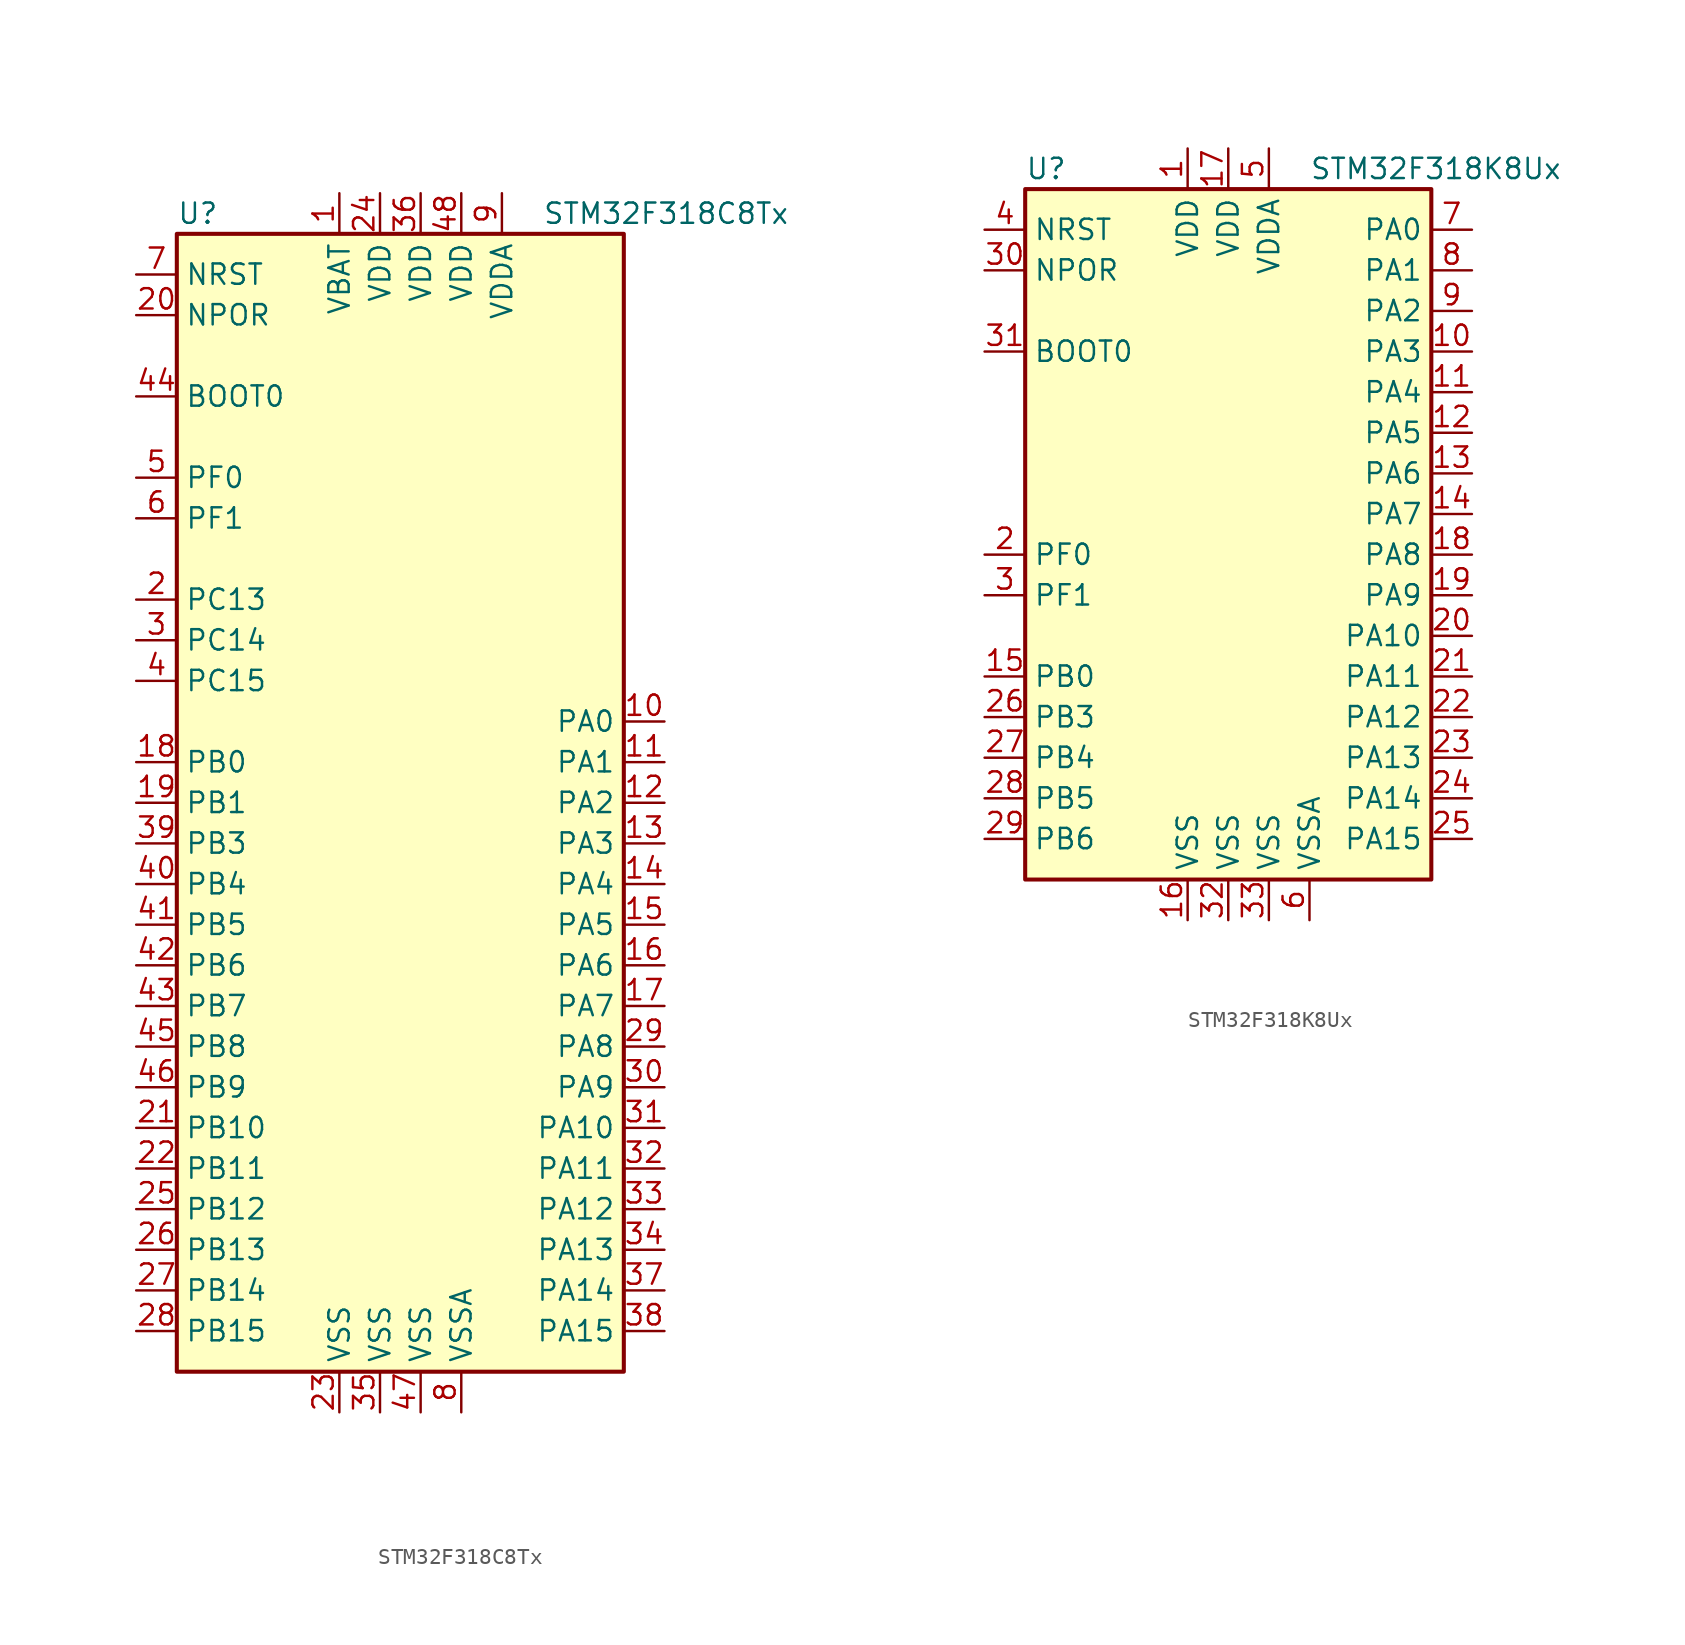
<source format=kicad_sym>
(kicad_symbol_lib
  (version 20201005)
  (generator kicad_symbol_editor)
  (symbol "STM32F318C8Tx"
    (property "Reference" "U"
      (at -15.24 36.83 0)
      (effects (font (size 1.27 1.27)) (justify left)))
    (property "Value" "STM32F318C8Tx"
      (at 7.62 36.83 0)
      (effects (font (size 1.27 1.27)) (justify left)))
    (symbol "STM32F318C8Tx_0_1"
      (rectangle (start -15.24 -35.56) (end 12.7 35.56) (stroke (width 0.254)) (fill (type background))))
    (symbol "STM32F318C8Tx_1_1"
      (pin power_in line (at -5.08 38.1 270) (length 2.54) (name "VBAT" (effects (font (size 1.27 1.27)))) (number "1" (effects (font (size 1.27 1.27)))))
      (pin bidirectional line (at 15.24 5.08 180) (length 2.54) (name "PA0" (effects (font (size 1.27 1.27)))) (number "10" (effects (font (size 1.27 1.27)))))
      (pin bidirectional line (at 15.24 2.54 180) (length 2.54) (name "PA1" (effects (font (size 1.27 1.27)))) (number "11" (effects (font (size 1.27 1.27)))))
      (pin bidirectional line (at 15.24 0 180) (length 2.54) (name "PA2" (effects (font (size 1.27 1.27)))) (number "12" (effects (font (size 1.27 1.27)))))
      (pin bidirectional line (at 15.24 -2.54 180) (length 2.54) (name "PA3" (effects (font (size 1.27 1.27)))) (number "13" (effects (font (size 1.27 1.27)))))
      (pin bidirectional line (at 15.24 -5.08 180) (length 2.54) (name "PA4" (effects (font (size 1.27 1.27)))) (number "14" (effects (font (size 1.27 1.27)))))
      (pin bidirectional line (at 15.24 -7.62 180) (length 2.54) (name "PA5" (effects (font (size 1.27 1.27)))) (number "15" (effects (font (size 1.27 1.27)))))
      (pin bidirectional line (at 15.24 -10.16 180) (length 2.54) (name "PA6" (effects (font (size 1.27 1.27)))) (number "16" (effects (font (size 1.27 1.27)))))
      (pin bidirectional line (at 15.24 -12.7 180) (length 2.54) (name "PA7" (effects (font (size 1.27 1.27)))) (number "17" (effects (font (size 1.27 1.27)))))
      (pin bidirectional line (at -17.78 2.54 0) (length 2.54) (name "PB0" (effects (font (size 1.27 1.27)))) (number "18" (effects (font (size 1.27 1.27)))))
      (pin bidirectional line (at -17.78 0 0) (length 2.54) (name "PB1" (effects (font (size 1.27 1.27)))) (number "19" (effects (font (size 1.27 1.27)))))
      (pin bidirectional line (at -17.78 12.7 0) (length 2.54) (name "PC13" (effects (font (size 1.27 1.27)))) (number "2" (effects (font (size 1.27 1.27)))))
      (pin input line (at -17.78 30.48 0) (length 2.54) (name "NPOR" (effects (font (size 1.27 1.27)))) (number "20" (effects (font (size 1.27 1.27)))))
      (pin bidirectional line (at -17.78 -20.32 0) (length 2.54) (name "PB10" (effects (font (size 1.27 1.27)))) (number "21" (effects (font (size 1.27 1.27)))))
      (pin bidirectional line (at -17.78 -22.86 0) (length 2.54) (name "PB11" (effects (font (size 1.27 1.27)))) (number "22" (effects (font (size 1.27 1.27)))))
      (pin power_in line (at -5.08 -38.1 90) (length 2.54) (name "VSS" (effects (font (size 1.27 1.27)))) (number "23" (effects (font (size 1.27 1.27)))))
      (pin power_in line (at -2.54 38.1 270) (length 2.54) (name "VDD" (effects (font (size 1.27 1.27)))) (number "24" (effects (font (size 1.27 1.27)))))
      (pin bidirectional line (at -17.78 -25.4 0) (length 2.54) (name "PB12" (effects (font (size 1.27 1.27)))) (number "25" (effects (font (size 1.27 1.27)))))
      (pin bidirectional line (at -17.78 -27.94 0) (length 2.54) (name "PB13" (effects (font (size 1.27 1.27)))) (number "26" (effects (font (size 1.27 1.27)))))
      (pin bidirectional line (at -17.78 -30.48 0) (length 2.54) (name "PB14" (effects (font (size 1.27 1.27)))) (number "27" (effects (font (size 1.27 1.27)))))
      (pin bidirectional line (at -17.78 -33.02 0) (length 2.54) (name "PB15" (effects (font (size 1.27 1.27)))) (number "28" (effects (font (size 1.27 1.27)))))
      (pin bidirectional line (at 15.24 -15.24 180) (length 2.54) (name "PA8" (effects (font (size 1.27 1.27)))) (number "29" (effects (font (size 1.27 1.27)))))
      (pin bidirectional line (at -17.78 10.16 0) (length 2.54) (name "PC14" (effects (font (size 1.27 1.27)))) (number "3" (effects (font (size 1.27 1.27)))))
      (pin bidirectional line (at 15.24 -17.78 180) (length 2.54) (name "PA9" (effects (font (size 1.27 1.27)))) (number "30" (effects (font (size 1.27 1.27)))))
      (pin bidirectional line (at 15.24 -20.32 180) (length 2.54) (name "PA10" (effects (font (size 1.27 1.27)))) (number "31" (effects (font (size 1.27 1.27)))))
      (pin bidirectional line (at 15.24 -22.86 180) (length 2.54) (name "PA11" (effects (font (size 1.27 1.27)))) (number "32" (effects (font (size 1.27 1.27)))))
      (pin bidirectional line (at 15.24 -25.4 180) (length 2.54) (name "PA12" (effects (font (size 1.27 1.27)))) (number "33" (effects (font (size 1.27 1.27)))))
      (pin bidirectional line (at 15.24 -27.94 180) (length 2.54) (name "PA13" (effects (font (size 1.27 1.27)))) (number "34" (effects (font (size 1.27 1.27)))))
      (pin power_in line (at -2.54 -38.1 90) (length 2.54) (name "VSS" (effects (font (size 1.27 1.27)))) (number "35" (effects (font (size 1.27 1.27)))))
      (pin power_in line (at 0 38.1 270) (length 2.54) (name "VDD" (effects (font (size 1.27 1.27)))) (number "36" (effects (font (size 1.27 1.27)))))
      (pin bidirectional line (at 15.24 -30.48 180) (length 2.54) (name "PA14" (effects (font (size 1.27 1.27)))) (number "37" (effects (font (size 1.27 1.27)))))
      (pin bidirectional line (at 15.24 -33.02 180) (length 2.54) (name "PA15" (effects (font (size 1.27 1.27)))) (number "38" (effects (font (size 1.27 1.27)))))
      (pin bidirectional line (at -17.78 -2.54 0) (length 2.54) (name "PB3" (effects (font (size 1.27 1.27)))) (number "39" (effects (font (size 1.27 1.27)))))
      (pin bidirectional line (at -17.78 7.62 0) (length 2.54) (name "PC15" (effects (font (size 1.27 1.27)))) (number "4" (effects (font (size 1.27 1.27)))))
      (pin bidirectional line (at -17.78 -5.08 0) (length 2.54) (name "PB4" (effects (font (size 1.27 1.27)))) (number "40" (effects (font (size 1.27 1.27)))))
      (pin bidirectional line (at -17.78 -7.62 0) (length 2.54) (name "PB5" (effects (font (size 1.27 1.27)))) (number "41" (effects (font (size 1.27 1.27)))))
      (pin bidirectional line (at -17.78 -10.16 0) (length 2.54) (name "PB6" (effects (font (size 1.27 1.27)))) (number "42" (effects (font (size 1.27 1.27)))))
      (pin bidirectional line (at -17.78 -12.7 0) (length 2.54) (name "PB7" (effects (font (size 1.27 1.27)))) (number "43" (effects (font (size 1.27 1.27)))))
      (pin input line (at -17.78 25.4 0) (length 2.54) (name "BOOT0" (effects (font (size 1.27 1.27)))) (number "44" (effects (font (size 1.27 1.27)))))
      (pin bidirectional line (at -17.78 -15.24 0) (length 2.54) (name "PB8" (effects (font (size 1.27 1.27)))) (number "45" (effects (font (size 1.27 1.27)))))
      (pin bidirectional line (at -17.78 -17.78 0) (length 2.54) (name "PB9" (effects (font (size 1.27 1.27)))) (number "46" (effects (font (size 1.27 1.27)))))
      (pin power_in line (at 0 -38.1 90) (length 2.54) (name "VSS" (effects (font (size 1.27 1.27)))) (number "47" (effects (font (size 1.27 1.27)))))
      (pin power_in line (at 2.54 38.1 270) (length 2.54) (name "VDD" (effects (font (size 1.27 1.27)))) (number "48" (effects (font (size 1.27 1.27)))))
      (pin input line (at -17.78 20.32 0) (length 2.54) (name "PF0" (effects (font (size 1.27 1.27)))) (number "5" (effects (font (size 1.27 1.27)))))
      (pin input line (at -17.78 17.78 0) (length 2.54) (name "PF1" (effects (font (size 1.27 1.27)))) (number "6" (effects (font (size 1.27 1.27)))))
      (pin input line (at -17.78 33.02 0) (length 2.54) (name "NRST" (effects (font (size 1.27 1.27)))) (number "7" (effects (font (size 1.27 1.27)))))
      (pin power_in line (at 2.54 -38.1 90) (length 2.54) (name "VSSA" (effects (font (size 1.27 1.27)))) (number "8" (effects (font (size 1.27 1.27)))))
      (pin power_in line (at 5.08 38.1 270) (length 2.54) (name "VDDA" (effects (font (size 1.27 1.27)))) (number "9" (effects (font (size 1.27 1.27)))))))
  (symbol "STM32F318K8Ux"
    (property "Reference" "U"
      (at -12.7 21.59 0)
      (effects (font (size 1.27 1.27)) (justify left)))
    (property "Value" "STM32F318K8Ux"
      (at 5.08 21.59 0)
      (effects (font (size 1.27 1.27)) (justify left)))
    (symbol "STM32F318K8Ux_0_1"
      (rectangle (start -12.7 -22.86) (end 12.7 20.32) (stroke (width 0.254)) (fill (type background))))
    (symbol "STM32F318K8Ux_1_1"
      (pin power_in line (at -2.54 22.86 270) (length 2.54) (name "VDD" (effects (font (size 1.27 1.27)))) (number "1" (effects (font (size 1.27 1.27)))))
      (pin bidirectional line (at 15.24 10.16 180) (length 2.54) (name "PA3" (effects (font (size 1.27 1.27)))) (number "10" (effects (font (size 1.27 1.27)))))
      (pin bidirectional line (at 15.24 7.62 180) (length 2.54) (name "PA4" (effects (font (size 1.27 1.27)))) (number "11" (effects (font (size 1.27 1.27)))))
      (pin bidirectional line (at 15.24 5.08 180) (length 2.54) (name "PA5" (effects (font (size 1.27 1.27)))) (number "12" (effects (font (size 1.27 1.27)))))
      (pin bidirectional line (at 15.24 2.54 180) (length 2.54) (name "PA6" (effects (font (size 1.27 1.27)))) (number "13" (effects (font (size 1.27 1.27)))))
      (pin bidirectional line (at 15.24 0 180) (length 2.54) (name "PA7" (effects (font (size 1.27 1.27)))) (number "14" (effects (font (size 1.27 1.27)))))
      (pin bidirectional line (at -15.24 -10.16 0) (length 2.54) (name "PB0" (effects (font (size 1.27 1.27)))) (number "15" (effects (font (size 1.27 1.27)))))
      (pin power_in line (at -2.54 -25.4 90) (length 2.54) (name "VSS" (effects (font (size 1.27 1.27)))) (number "16" (effects (font (size 1.27 1.27)))))
      (pin power_in line (at 0 22.86 270) (length 2.54) (name "VDD" (effects (font (size 1.27 1.27)))) (number "17" (effects (font (size 1.27 1.27)))))
      (pin bidirectional line (at 15.24 -2.54 180) (length 2.54) (name "PA8" (effects (font (size 1.27 1.27)))) (number "18" (effects (font (size 1.27 1.27)))))
      (pin bidirectional line (at 15.24 -5.08 180) (length 2.54) (name "PA9" (effects (font (size 1.27 1.27)))) (number "19" (effects (font (size 1.27 1.27)))))
      (pin input line (at -15.24 -2.54 0) (length 2.54) (name "PF0" (effects (font (size 1.27 1.27)))) (number "2" (effects (font (size 1.27 1.27)))))
      (pin bidirectional line (at 15.24 -7.62 180) (length 2.54) (name "PA10" (effects (font (size 1.27 1.27)))) (number "20" (effects (font (size 1.27 1.27)))))
      (pin bidirectional line (at 15.24 -10.16 180) (length 2.54) (name "PA11" (effects (font (size 1.27 1.27)))) (number "21" (effects (font (size 1.27 1.27)))))
      (pin bidirectional line (at 15.24 -12.7 180) (length 2.54) (name "PA12" (effects (font (size 1.27 1.27)))) (number "22" (effects (font (size 1.27 1.27)))))
      (pin bidirectional line (at 15.24 -15.24 180) (length 2.54) (name "PA13" (effects (font (size 1.27 1.27)))) (number "23" (effects (font (size 1.27 1.27)))))
      (pin bidirectional line (at 15.24 -17.78 180) (length 2.54) (name "PA14" (effects (font (size 1.27 1.27)))) (number "24" (effects (font (size 1.27 1.27)))))
      (pin bidirectional line (at 15.24 -20.32 180) (length 2.54) (name "PA15" (effects (font (size 1.27 1.27)))) (number "25" (effects (font (size 1.27 1.27)))))
      (pin bidirectional line (at -15.24 -12.7 0) (length 2.54) (name "PB3" (effects (font (size 1.27 1.27)))) (number "26" (effects (font (size 1.27 1.27)))))
      (pin bidirectional line (at -15.24 -15.24 0) (length 2.54) (name "PB4" (effects (font (size 1.27 1.27)))) (number "27" (effects (font (size 1.27 1.27)))))
      (pin bidirectional line (at -15.24 -17.78 0) (length 2.54) (name "PB5" (effects (font (size 1.27 1.27)))) (number "28" (effects (font (size 1.27 1.27)))))
      (pin bidirectional line (at -15.24 -20.32 0) (length 2.54) (name "PB6" (effects (font (size 1.27 1.27)))) (number "29" (effects (font (size 1.27 1.27)))))
      (pin input line (at -15.24 -5.08 0) (length 2.54) (name "PF1" (effects (font (size 1.27 1.27)))) (number "3" (effects (font (size 1.27 1.27)))))
      (pin input line (at -15.24 15.24 0) (length 2.54) (name "NPOR" (effects (font (size 1.27 1.27)))) (number "30" (effects (font (size 1.27 1.27)))))
      (pin input line (at -15.24 10.16 0) (length 2.54) (name "BOOT0" (effects (font (size 1.27 1.27)))) (number "31" (effects (font (size 1.27 1.27)))))
      (pin power_in line (at 0 -25.4 90) (length 2.54) (name "VSS" (effects (font (size 1.27 1.27)))) (number "32" (effects (font (size 1.27 1.27)))))
      (pin power_in line (at 2.54 -25.4 90) (length 2.54) (name "VSS" (effects (font (size 1.27 1.27)))) (number "33" (effects (font (size 1.27 1.27)))))
      (pin input line (at -15.24 17.78 0) (length 2.54) (name "NRST" (effects (font (size 1.27 1.27)))) (number "4" (effects (font (size 1.27 1.27)))))
      (pin power_in line (at 2.54 22.86 270) (length 2.54) (name "VDDA" (effects (font (size 1.27 1.27)))) (number "5" (effects (font (size 1.27 1.27)))))
      (pin power_in line (at 5.08 -25.4 90) (length 2.54) (name "VSSA" (effects (font (size 1.27 1.27)))) (number "6" (effects (font (size 1.27 1.27)))))
      (pin bidirectional line (at 15.24 17.78 180) (length 2.54) (name "PA0" (effects (font (size 1.27 1.27)))) (number "7" (effects (font (size 1.27 1.27)))))
      (pin bidirectional line (at 15.24 15.24 180) (length 2.54) (name "PA1" (effects (font (size 1.27 1.27)))) (number "8" (effects (font (size 1.27 1.27)))))
      (pin bidirectional line (at 15.24 12.7 180) (length 2.54) (name "PA2" (effects (font (size 1.27 1.27)))) (number "9" (effects (font (size 1.27 1.27))))))))
</source>
